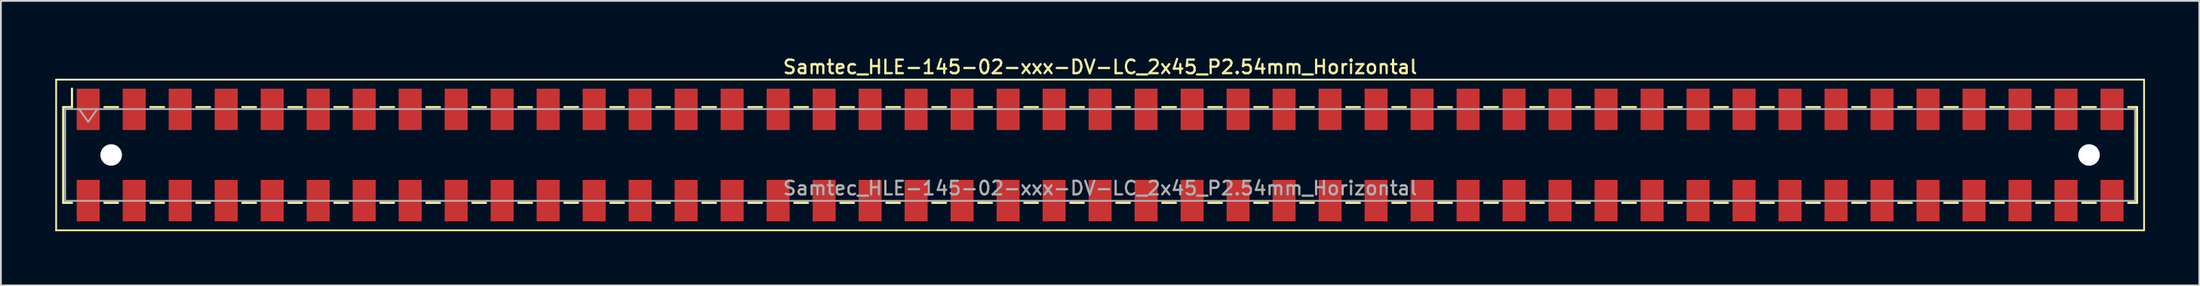
<source format=kicad_pcb>
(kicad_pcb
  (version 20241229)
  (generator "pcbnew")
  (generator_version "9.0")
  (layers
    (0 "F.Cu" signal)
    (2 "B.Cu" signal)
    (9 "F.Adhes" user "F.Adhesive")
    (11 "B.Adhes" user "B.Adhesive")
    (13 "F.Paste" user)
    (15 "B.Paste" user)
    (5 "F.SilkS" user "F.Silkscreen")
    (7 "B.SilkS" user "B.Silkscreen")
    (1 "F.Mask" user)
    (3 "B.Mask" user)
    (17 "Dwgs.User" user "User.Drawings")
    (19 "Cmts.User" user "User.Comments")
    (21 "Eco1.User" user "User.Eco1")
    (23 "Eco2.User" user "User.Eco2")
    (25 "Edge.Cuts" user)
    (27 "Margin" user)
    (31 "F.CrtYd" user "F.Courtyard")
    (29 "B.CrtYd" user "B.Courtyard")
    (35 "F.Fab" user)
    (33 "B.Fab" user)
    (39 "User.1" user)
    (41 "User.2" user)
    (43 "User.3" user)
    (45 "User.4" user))
  (footprint "Samtec_HLE-145-02-xxx-DV-LC_2x45_P2.54mm_Horizontal"
    (layer "F.Cu")
    (at 57.7 5.528)
    (property "Reference" "Samtec_HLE-145-02-xxx-DV-LC_2x45_P2.54mm_Horizontal" (at 0 -4.87 0) (layer "F.SilkS") (effects (font (size 0.75 0.75) (thickness 0.125))))
    (attr smd)
    (fp_line (start -57.65 -4.17) (end 57.65 -4.17) (stroke (width 0.1) (type solid)) (layer "F.SilkS"))
    (fp_line (start -57.65 4.17) (end -57.65 -4.17) (stroke (width 0.1) (type solid)) (layer "F.SilkS"))
    (fp_line (start -57.26 -2.65) (end -57.26 2.65) (stroke (width 0.12) (type solid)) (layer "F.SilkS"))
    (fp_line (start -57.26 2.65) (end -56.775 2.65) (stroke (width 0.12) (type solid)) (layer "F.SilkS"))
    (fp_line (start -56.775 -3.67) (end -56.775 -2.65) (stroke (width 0.12) (type solid)) (layer "F.SilkS"))
    (fp_line (start -56.775 -2.65) (end -57.26 -2.65) (stroke (width 0.12) (type solid)) (layer "F.SilkS"))
    (fp_line (start -54.985 -2.65) (end -54.235 -2.65) (stroke (width 0.12) (type solid)) (layer "F.SilkS"))
    (fp_line (start -54.985 2.65) (end -54.235 2.65) (stroke (width 0.12) (type solid)) (layer "F.SilkS"))
    (fp_line (start -52.445 -2.65) (end -51.695 -2.65) (stroke (width 0.12) (type solid)) (layer "F.SilkS"))
    (fp_line (start -52.445 2.65) (end -51.695 2.65) (stroke (width 0.12) (type solid)) (layer "F.SilkS"))
    (fp_line (start -49.905 -2.65) (end -49.155 -2.65) (stroke (width 0.12) (type solid)) (layer "F.SilkS"))
    (fp_line (start -49.905 2.65) (end -49.155 2.65) (stroke (width 0.12) (type solid)) (layer "F.SilkS"))
    (fp_line (start -47.365 -2.65) (end -46.615 -2.65) (stroke (width 0.12) (type solid)) (layer "F.SilkS"))
    (fp_line (start -47.365 2.65) (end -46.615 2.65) (stroke (width 0.12) (type solid)) (layer "F.SilkS"))
    (fp_line (start -44.825 -2.65) (end -44.075 -2.65) (stroke (width 0.12) (type solid)) (layer "F.SilkS"))
    (fp_line (start -44.825 2.65) (end -44.075 2.65) (stroke (width 0.12) (type solid)) (layer "F.SilkS"))
    (fp_line (start -42.285 -2.65) (end -41.535 -2.65) (stroke (width 0.12) (type solid)) (layer "F.SilkS"))
    (fp_line (start -42.285 2.65) (end -41.535 2.65) (stroke (width 0.12) (type solid)) (layer "F.SilkS"))
    (fp_line (start -39.745 -2.65) (end -38.995 -2.65) (stroke (width 0.12) (type solid)) (layer "F.SilkS"))
    (fp_line (start -39.745 2.65) (end -38.995 2.65) (stroke (width 0.12) (type solid)) (layer "F.SilkS"))
    (fp_line (start -37.205 -2.65) (end -36.455 -2.65) (stroke (width 0.12) (type solid)) (layer "F.SilkS"))
    (fp_line (start -37.205 2.65) (end -36.455 2.65) (stroke (width 0.12) (type solid)) (layer "F.SilkS"))
    (fp_line (start -34.665 -2.65) (end -33.915 -2.65) (stroke (width 0.12) (type solid)) (layer "F.SilkS"))
    (fp_line (start -34.665 2.65) (end -33.915 2.65) (stroke (width 0.12) (type solid)) (layer "F.SilkS"))
    (fp_line (start -32.125 -2.65) (end -31.375 -2.65) (stroke (width 0.12) (type solid)) (layer "F.SilkS"))
    (fp_line (start -32.125 2.65) (end -31.375 2.65) (stroke (width 0.12) (type solid)) (layer "F.SilkS"))
    (fp_line (start -29.585 -2.65) (end -28.835 -2.65) (stroke (width 0.12) (type solid)) (layer "F.SilkS"))
    (fp_line (start -29.585 2.65) (end -28.835 2.65) (stroke (width 0.12) (type solid)) (layer "F.SilkS"))
    (fp_line (start -27.045 -2.65) (end -26.295 -2.65) (stroke (width 0.12) (type solid)) (layer "F.SilkS"))
    (fp_line (start -27.045 2.65) (end -26.295 2.65) (stroke (width 0.12) (type solid)) (layer "F.SilkS"))
    (fp_line (start -24.505 -2.65) (end -23.755 -2.65) (stroke (width 0.12) (type solid)) (layer "F.SilkS"))
    (fp_line (start -24.505 2.65) (end -23.755 2.65) (stroke (width 0.12) (type solid)) (layer "F.SilkS"))
    (fp_line (start -21.965 -2.65) (end -21.215 -2.65) (stroke (width 0.12) (type solid)) (layer "F.SilkS"))
    (fp_line (start -21.965 2.65) (end -21.215 2.65) (stroke (width 0.12) (type solid)) (layer "F.SilkS"))
    (fp_line (start -19.425 -2.65) (end -18.675 -2.65) (stroke (width 0.12) (type solid)) (layer "F.SilkS"))
    (fp_line (start -19.425 2.65) (end -18.675 2.65) (stroke (width 0.12) (type solid)) (layer "F.SilkS"))
    (fp_line (start -16.885 -2.65) (end -16.135 -2.65) (stroke (width 0.12) (type solid)) (layer "F.SilkS"))
    (fp_line (start -16.885 2.65) (end -16.135 2.65) (stroke (width 0.12) (type solid)) (layer "F.SilkS"))
    (fp_line (start -14.345 -2.65) (end -13.595 -2.65) (stroke (width 0.12) (type solid)) (layer "F.SilkS"))
    (fp_line (start -14.345 2.65) (end -13.595 2.65) (stroke (width 0.12) (type solid)) (layer "F.SilkS"))
    (fp_line (start -11.805 -2.65) (end -11.055 -2.65) (stroke (width 0.12) (type solid)) (layer "F.SilkS"))
    (fp_line (start -11.805 2.65) (end -11.055 2.65) (stroke (width 0.12) (type solid)) (layer "F.SilkS"))
    (fp_line (start -9.265 -2.65) (end -8.515 -2.65) (stroke (width 0.12) (type solid)) (layer "F.SilkS"))
    (fp_line (start -9.265 2.65) (end -8.515 2.65) (stroke (width 0.12) (type solid)) (layer "F.SilkS"))
    (fp_line (start -6.725 -2.65) (end -5.975 -2.65) (stroke (width 0.12) (type solid)) (layer "F.SilkS"))
    (fp_line (start -6.725 2.65) (end -5.975 2.65) (stroke (width 0.12) (type solid)) (layer "F.SilkS"))
    (fp_line (start -4.185 -2.65) (end -3.435 -2.65) (stroke (width 0.12) (type solid)) (layer "F.SilkS"))
    (fp_line (start -4.185 2.65) (end -3.435 2.65) (stroke (width 0.12) (type solid)) (layer "F.SilkS"))
    (fp_line (start -1.645 -2.65) (end -0.895 -2.65) (stroke (width 0.12) (type solid)) (layer "F.SilkS"))
    (fp_line (start -1.645 2.65) (end -0.895 2.65) (stroke (width 0.12) (type solid)) (layer "F.SilkS"))
    (fp_line (start 0.895 -2.65) (end 1.645 -2.65) (stroke (width 0.12) (type solid)) (layer "F.SilkS"))
    (fp_line (start 0.895 2.65) (end 1.645 2.65) (stroke (width 0.12) (type solid)) (layer "F.SilkS"))
    (fp_line (start 3.435 -2.65) (end 4.185 -2.65) (stroke (width 0.12) (type solid)) (layer "F.SilkS"))
    (fp_line (start 3.435 2.65) (end 4.185 2.65) (stroke (width 0.12) (type solid)) (layer "F.SilkS"))
    (fp_line (start 5.975 -2.65) (end 6.725 -2.65) (stroke (width 0.12) (type solid)) (layer "F.SilkS"))
    (fp_line (start 5.975 2.65) (end 6.725 2.65) (stroke (width 0.12) (type solid)) (layer "F.SilkS"))
    (fp_line (start 8.515 -2.65) (end 9.265 -2.65) (stroke (width 0.12) (type solid)) (layer "F.SilkS"))
    (fp_line (start 8.515 2.65) (end 9.265 2.65) (stroke (width 0.12) (type solid)) (layer "F.SilkS"))
    (fp_line (start 11.055 -2.65) (end 11.805 -2.65) (stroke (width 0.12) (type solid)) (layer "F.SilkS"))
    (fp_line (start 11.055 2.65) (end 11.805 2.65) (stroke (width 0.12) (type solid)) (layer "F.SilkS"))
    (fp_line (start 13.595 -2.65) (end 14.345 -2.65) (stroke (width 0.12) (type solid)) (layer "F.SilkS"))
    (fp_line (start 13.595 2.65) (end 14.345 2.65) (stroke (width 0.12) (type solid)) (layer "F.SilkS"))
    (fp_line (start 16.135 -2.65) (end 16.885 -2.65) (stroke (width 0.12) (type solid)) (layer "F.SilkS"))
    (fp_line (start 16.135 2.65) (end 16.885 2.65) (stroke (width 0.12) (type solid)) (layer "F.SilkS"))
    (fp_line (start 18.675 -2.65) (end 19.425 -2.65) (stroke (width 0.12) (type solid)) (layer "F.SilkS"))
    (fp_line (start 18.675 2.65) (end 19.425 2.65) (stroke (width 0.12) (type solid)) (layer "F.SilkS"))
    (fp_line (start 21.215 -2.65) (end 21.965 -2.65) (stroke (width 0.12) (type solid)) (layer "F.SilkS"))
    (fp_line (start 21.215 2.65) (end 21.965 2.65) (stroke (width 0.12) (type solid)) (layer "F.SilkS"))
    (fp_line (start 23.755 -2.65) (end 24.505 -2.65) (stroke (width 0.12) (type solid)) (layer "F.SilkS"))
    (fp_line (start 23.755 2.65) (end 24.505 2.65) (stroke (width 0.12) (type solid)) (layer "F.SilkS"))
    (fp_line (start 26.295 -2.65) (end 27.045 -2.65) (stroke (width 0.12) (type solid)) (layer "F.SilkS"))
    (fp_line (start 26.295 2.65) (end 27.045 2.65) (stroke (width 0.12) (type solid)) (layer "F.SilkS"))
    (fp_line (start 28.835 -2.65) (end 29.585 -2.65) (stroke (width 0.12) (type solid)) (layer "F.SilkS"))
    (fp_line (start 28.835 2.65) (end 29.585 2.65) (stroke (width 0.12) (type solid)) (layer "F.SilkS"))
    (fp_line (start 31.375 -2.65) (end 32.125 -2.65) (stroke (width 0.12) (type solid)) (layer "F.SilkS"))
    (fp_line (start 31.375 2.65) (end 32.125 2.65) (stroke (width 0.12) (type solid)) (layer "F.SilkS"))
    (fp_line (start 33.915 -2.65) (end 34.665 -2.65) (stroke (width 0.12) (type solid)) (layer "F.SilkS"))
    (fp_line (start 33.915 2.65) (end 34.665 2.65) (stroke (width 0.12) (type solid)) (layer "F.SilkS"))
    (fp_line (start 36.455 -2.65) (end 37.205 -2.65) (stroke (width 0.12) (type solid)) (layer "F.SilkS"))
    (fp_line (start 36.455 2.65) (end 37.205 2.65) (stroke (width 0.12) (type solid)) (layer "F.SilkS"))
    (fp_line (start 38.995 -2.65) (end 39.745 -2.65) (stroke (width 0.12) (type solid)) (layer "F.SilkS"))
    (fp_line (start 38.995 2.65) (end 39.745 2.65) (stroke (width 0.12) (type solid)) (layer "F.SilkS"))
    (fp_line (start 41.535 -2.65) (end 42.285 -2.65) (stroke (width 0.12) (type solid)) (layer "F.SilkS"))
    (fp_line (start 41.535 2.65) (end 42.285 2.65) (stroke (width 0.12) (type solid)) (layer "F.SilkS"))
    (fp_line (start 44.075 -2.65) (end 44.825 -2.65) (stroke (width 0.12) (type solid)) (layer "F.SilkS"))
    (fp_line (start 44.075 2.65) (end 44.825 2.65) (stroke (width 0.12) (type solid)) (layer "F.SilkS"))
    (fp_line (start 46.615 -2.65) (end 47.365 -2.65) (stroke (width 0.12) (type solid)) (layer "F.SilkS"))
    (fp_line (start 46.615 2.65) (end 47.365 2.65) (stroke (width 0.12) (type solid)) (layer "F.SilkS"))
    (fp_line (start 49.155 -2.65) (end 49.905 -2.65) (stroke (width 0.12) (type solid)) (layer "F.SilkS"))
    (fp_line (start 49.155 2.65) (end 49.905 2.65) (stroke (width 0.12) (type solid)) (layer "F.SilkS"))
    (fp_line (start 51.695 -2.65) (end 52.445 -2.65) (stroke (width 0.12) (type solid)) (layer "F.SilkS"))
    (fp_line (start 51.695 2.65) (end 52.445 2.65) (stroke (width 0.12) (type solid)) (layer "F.SilkS"))
    (fp_line (start 54.235 -2.65) (end 54.985 -2.65) (stroke (width 0.12) (type solid)) (layer "F.SilkS"))
    (fp_line (start 54.235 2.65) (end 54.985 2.65) (stroke (width 0.12) (type solid)) (layer "F.SilkS"))
    (fp_line (start 56.775 -2.65) (end 57.26 -2.65) (stroke (width 0.12) (type solid)) (layer "F.SilkS"))
    (fp_line (start 57.26 -2.65) (end 57.26 2.65) (stroke (width 0.12) (type solid)) (layer "F.SilkS"))
    (fp_line (start 57.26 2.65) (end 56.775 2.65) (stroke (width 0.12) (type solid)) (layer "F.SilkS"))
    (fp_line (start 57.65 -4.17) (end 57.65 4.17) (stroke (width 0.1) (type solid)) (layer "F.SilkS"))
    (fp_line (start 57.65 4.17) (end -57.65 4.17) (stroke (width 0.1) (type solid)) (layer "F.SilkS"))
    (fp_line (start -57.15 -2.54) (end 57.15 -2.54) (stroke (width 0.1) (type solid)) (layer "F.Fab"))
    (fp_line (start -57.15 2.54) (end -57.15 -2.54) (stroke (width 0.1) (type solid)) (layer "F.Fab"))
    (fp_line (start -56.38 -2.54) (end -55.88 -1.833) (stroke (width 0.1) (type solid)) (layer "F.Fab"))
    (fp_line (start -55.88 -1.833) (end -55.38 -2.54) (stroke (width 0.1) (type solid)) (layer "F.Fab"))
    (fp_line (start 57.15 -2.54) (end 57.15 2.54) (stroke (width 0.1) (type solid)) (layer "F.Fab"))
    (fp_line (start 57.15 2.54) (end -57.15 2.54) (stroke (width 0.1) (type solid)) (layer "F.Fab"))
    (fp_text user "${REFERENCE}" (at 0 1.84 0) (layer "F.Fab") (effects (font (size 0.75 0.75) (thickness 0.125))))
    (pad "" np_thru_hole circle (at -54.61 0) (size 1.19 1.19) (drill 1.19) (layers "*.Cu" "*.Mask"))
    (pad "" np_thru_hole circle (at 54.61 0) (size 1.19 1.19) (drill 1.19) (layers "*.Cu" "*.Mask"))
    (pad "1" smd rect (at -55.88 -2.525) (size 1.27 2.29) (layers "F.Cu" "F.Mask" "F.Paste"))
    (pad "2" smd rect (at -55.88 2.525) (size 1.27 2.29) (layers "F.Cu" "F.Mask" "F.Paste"))
    (pad "3" smd rect (at -53.34 -2.525) (size 1.27 2.29) (layers "F.Cu" "F.Mask" "F.Paste"))
    (pad "4" smd rect (at -53.34 2.525) (size 1.27 2.29) (layers "F.Cu" "F.Mask" "F.Paste"))
    (pad "5" smd rect (at -50.8 -2.525) (size 1.27 2.29) (layers "F.Cu" "F.Mask" "F.Paste"))
    (pad "6" smd rect (at -50.8 2.525) (size 1.27 2.29) (layers "F.Cu" "F.Mask" "F.Paste"))
    (pad "7" smd rect (at -48.26 -2.525) (size 1.27 2.29) (layers "F.Cu" "F.Mask" "F.Paste"))
    (pad "8" smd rect (at -48.26 2.525) (size 1.27 2.29) (layers "F.Cu" "F.Mask" "F.Paste"))
    (pad "9" smd rect (at -45.72 -2.525) (size 1.27 2.29) (layers "F.Cu" "F.Mask" "F.Paste"))
    (pad "10" smd rect (at -45.72 2.525) (size 1.27 2.29) (layers "F.Cu" "F.Mask" "F.Paste"))
    (pad "11" smd rect (at -43.18 -2.525) (size 1.27 2.29) (layers "F.Cu" "F.Mask" "F.Paste"))
    (pad "12" smd rect (at -43.18 2.525) (size 1.27 2.29) (layers "F.Cu" "F.Mask" "F.Paste"))
    (pad "13" smd rect (at -40.64 -2.525) (size 1.27 2.29) (layers "F.Cu" "F.Mask" "F.Paste"))
    (pad "14" smd rect (at -40.64 2.525) (size 1.27 2.29) (layers "F.Cu" "F.Mask" "F.Paste"))
    (pad "15" smd rect (at -38.1 -2.525) (size 1.27 2.29) (layers "F.Cu" "F.Mask" "F.Paste"))
    (pad "16" smd rect (at -38.1 2.525) (size 1.27 2.29) (layers "F.Cu" "F.Mask" "F.Paste"))
    (pad "17" smd rect (at -35.56 -2.525) (size 1.27 2.29) (layers "F.Cu" "F.Mask" "F.Paste"))
    (pad "18" smd rect (at -35.56 2.525) (size 1.27 2.29) (layers "F.Cu" "F.Mask" "F.Paste"))
    (pad "19" smd rect (at -33.02 -2.525) (size 1.27 2.29) (layers "F.Cu" "F.Mask" "F.Paste"))
    (pad "20" smd rect (at -33.02 2.525) (size 1.27 2.29) (layers "F.Cu" "F.Mask" "F.Paste"))
    (pad "21" smd rect (at -30.48 -2.525) (size 1.27 2.29) (layers "F.Cu" "F.Mask" "F.Paste"))
    (pad "22" smd rect (at -30.48 2.525) (size 1.27 2.29) (layers "F.Cu" "F.Mask" "F.Paste"))
    (pad "23" smd rect (at -27.94 -2.525) (size 1.27 2.29) (layers "F.Cu" "F.Mask" "F.Paste"))
    (pad "24" smd rect (at -27.94 2.525) (size 1.27 2.29) (layers "F.Cu" "F.Mask" "F.Paste"))
    (pad "25" smd rect (at -25.4 -2.525) (size 1.27 2.29) (layers "F.Cu" "F.Mask" "F.Paste"))
    (pad "26" smd rect (at -25.4 2.525) (size 1.27 2.29) (layers "F.Cu" "F.Mask" "F.Paste"))
    (pad "27" smd rect (at -22.86 -2.525) (size 1.27 2.29) (layers "F.Cu" "F.Mask" "F.Paste"))
    (pad "28" smd rect (at -22.86 2.525) (size 1.27 2.29) (layers "F.Cu" "F.Mask" "F.Paste"))
    (pad "29" smd rect (at -20.32 -2.525) (size 1.27 2.29) (layers "F.Cu" "F.Mask" "F.Paste"))
    (pad "30" smd rect (at -20.32 2.525) (size 1.27 2.29) (layers "F.Cu" "F.Mask" "F.Paste"))
    (pad "31" smd rect (at -17.78 -2.525) (size 1.27 2.29) (layers "F.Cu" "F.Mask" "F.Paste"))
    (pad "32" smd rect (at -17.78 2.525) (size 1.27 2.29) (layers "F.Cu" "F.Mask" "F.Paste"))
    (pad "33" smd rect (at -15.24 -2.525) (size 1.27 2.29) (layers "F.Cu" "F.Mask" "F.Paste"))
    (pad "34" smd rect (at -15.24 2.525) (size 1.27 2.29) (layers "F.Cu" "F.Mask" "F.Paste"))
    (pad "35" smd rect (at -12.7 -2.525) (size 1.27 2.29) (layers "F.Cu" "F.Mask" "F.Paste"))
    (pad "36" smd rect (at -12.7 2.525) (size 1.27 2.29) (layers "F.Cu" "F.Mask" "F.Paste"))
    (pad "37" smd rect (at -10.16 -2.525) (size 1.27 2.29) (layers "F.Cu" "F.Mask" "F.Paste"))
    (pad "38" smd rect (at -10.16 2.525) (size 1.27 2.29) (layers "F.Cu" "F.Mask" "F.Paste"))
    (pad "39" smd rect (at -7.62 -2.525) (size 1.27 2.29) (layers "F.Cu" "F.Mask" "F.Paste"))
    (pad "40" smd rect (at -7.62 2.525) (size 1.27 2.29) (layers "F.Cu" "F.Mask" "F.Paste"))
    (pad "41" smd rect (at -5.08 -2.525) (size 1.27 2.29) (layers "F.Cu" "F.Mask" "F.Paste"))
    (pad "42" smd rect (at -5.08 2.525) (size 1.27 2.29) (layers "F.Cu" "F.Mask" "F.Paste"))
    (pad "43" smd rect (at -2.54 -2.525) (size 1.27 2.29) (layers "F.Cu" "F.Mask" "F.Paste"))
    (pad "44" smd rect (at -2.54 2.525) (size 1.27 2.29) (layers "F.Cu" "F.Mask" "F.Paste"))
    (pad "45" smd rect (at 0 -2.525) (size 1.27 2.29) (layers "F.Cu" "F.Mask" "F.Paste"))
    (pad "46" smd rect (at 0 2.525) (size 1.27 2.29) (layers "F.Cu" "F.Mask" "F.Paste"))
    (pad "47" smd rect (at 2.54 -2.525) (size 1.27 2.29) (layers "F.Cu" "F.Mask" "F.Paste"))
    (pad "48" smd rect (at 2.54 2.525) (size 1.27 2.29) (layers "F.Cu" "F.Mask" "F.Paste"))
    (pad "49" smd rect (at 5.08 -2.525) (size 1.27 2.29) (layers "F.Cu" "F.Mask" "F.Paste"))
    (pad "50" smd rect (at 5.08 2.525) (size 1.27 2.29) (layers "F.Cu" "F.Mask" "F.Paste"))
    (pad "51" smd rect (at 7.62 -2.525) (size 1.27 2.29) (layers "F.Cu" "F.Mask" "F.Paste"))
    (pad "52" smd rect (at 7.62 2.525) (size 1.27 2.29) (layers "F.Cu" "F.Mask" "F.Paste"))
    (pad "53" smd rect (at 10.16 -2.525) (size 1.27 2.29) (layers "F.Cu" "F.Mask" "F.Paste"))
    (pad "54" smd rect (at 10.16 2.525) (size 1.27 2.29) (layers "F.Cu" "F.Mask" "F.Paste"))
    (pad "55" smd rect (at 12.7 -2.525) (size 1.27 2.29) (layers "F.Cu" "F.Mask" "F.Paste"))
    (pad "56" smd rect (at 12.7 2.525) (size 1.27 2.29) (layers "F.Cu" "F.Mask" "F.Paste"))
    (pad "57" smd rect (at 15.24 -2.525) (size 1.27 2.29) (layers "F.Cu" "F.Mask" "F.Paste"))
    (pad "58" smd rect (at 15.24 2.525) (size 1.27 2.29) (layers "F.Cu" "F.Mask" "F.Paste"))
    (pad "59" smd rect (at 17.78 -2.525) (size 1.27 2.29) (layers "F.Cu" "F.Mask" "F.Paste"))
    (pad "60" smd rect (at 17.78 2.525) (size 1.27 2.29) (layers "F.Cu" "F.Mask" "F.Paste"))
    (pad "61" smd rect (at 20.32 -2.525) (size 1.27 2.29) (layers "F.Cu" "F.Mask" "F.Paste"))
    (pad "62" smd rect (at 20.32 2.525) (size 1.27 2.29) (layers "F.Cu" "F.Mask" "F.Paste"))
    (pad "63" smd rect (at 22.86 -2.525) (size 1.27 2.29) (layers "F.Cu" "F.Mask" "F.Paste"))
    (pad "64" smd rect (at 22.86 2.525) (size 1.27 2.29) (layers "F.Cu" "F.Mask" "F.Paste"))
    (pad "65" smd rect (at 25.4 -2.525) (size 1.27 2.29) (layers "F.Cu" "F.Mask" "F.Paste"))
    (pad "66" smd rect (at 25.4 2.525) (size 1.27 2.29) (layers "F.Cu" "F.Mask" "F.Paste"))
    (pad "67" smd rect (at 27.94 -2.525) (size 1.27 2.29) (layers "F.Cu" "F.Mask" "F.Paste"))
    (pad "68" smd rect (at 27.94 2.525) (size 1.27 2.29) (layers "F.Cu" "F.Mask" "F.Paste"))
    (pad "69" smd rect (at 30.48 -2.525) (size 1.27 2.29) (layers "F.Cu" "F.Mask" "F.Paste"))
    (pad "70" smd rect (at 30.48 2.525) (size 1.27 2.29) (layers "F.Cu" "F.Mask" "F.Paste"))
    (pad "71" smd rect (at 33.02 -2.525) (size 1.27 2.29) (layers "F.Cu" "F.Mask" "F.Paste"))
    (pad "72" smd rect (at 33.02 2.525) (size 1.27 2.29) (layers "F.Cu" "F.Mask" "F.Paste"))
    (pad "73" smd rect (at 35.56 -2.525) (size 1.27 2.29) (layers "F.Cu" "F.Mask" "F.Paste"))
    (pad "74" smd rect (at 35.56 2.525) (size 1.27 2.29) (layers "F.Cu" "F.Mask" "F.Paste"))
    (pad "75" smd rect (at 38.1 -2.525) (size 1.27 2.29) (layers "F.Cu" "F.Mask" "F.Paste"))
    (pad "76" smd rect (at 38.1 2.525) (size 1.27 2.29) (layers "F.Cu" "F.Mask" "F.Paste"))
    (pad "77" smd rect (at 40.64 -2.525) (size 1.27 2.29) (layers "F.Cu" "F.Mask" "F.Paste"))
    (pad "78" smd rect (at 40.64 2.525) (size 1.27 2.29) (layers "F.Cu" "F.Mask" "F.Paste"))
    (pad "79" smd rect (at 43.18 -2.525) (size 1.27 2.29) (layers "F.Cu" "F.Mask" "F.Paste"))
    (pad "80" smd rect (at 43.18 2.525) (size 1.27 2.29) (layers "F.Cu" "F.Mask" "F.Paste"))
    (pad "81" smd rect (at 45.72 -2.525) (size 1.27 2.29) (layers "F.Cu" "F.Mask" "F.Paste"))
    (pad "82" smd rect (at 45.72 2.525) (size 1.27 2.29) (layers "F.Cu" "F.Mask" "F.Paste"))
    (pad "83" smd rect (at 48.26 -2.525) (size 1.27 2.29) (layers "F.Cu" "F.Mask" "F.Paste"))
    (pad "84" smd rect (at 48.26 2.525) (size 1.27 2.29) (layers "F.Cu" "F.Mask" "F.Paste"))
    (pad "85" smd rect (at 50.8 -2.525) (size 1.27 2.29) (layers "F.Cu" "F.Mask" "F.Paste"))
    (pad "86" smd rect (at 50.8 2.525) (size 1.27 2.29) (layers "F.Cu" "F.Mask" "F.Paste"))
    (pad "87" smd rect (at 53.34 -2.525) (size 1.27 2.29) (layers "F.Cu" "F.Mask" "F.Paste"))
    (pad "88" smd rect (at 53.34 2.525) (size 1.27 2.29) (layers "F.Cu" "F.Mask" "F.Paste"))
    (pad "89" smd rect (at 55.88 -2.525) (size 1.27 2.29) (layers "F.Cu" "F.Mask" "F.Paste"))
    (pad "90" smd rect (at 55.88 2.525) (size 1.27 2.29) (layers "F.Cu" "F.Mask" "F.Paste")))
  (gr_rect
    (start -3 -3)
    (end 118.4 12.748)
    (stroke (width 0.1) (type default))
    (fill no)
    (layer "Edge.Cuts")))
</source>
